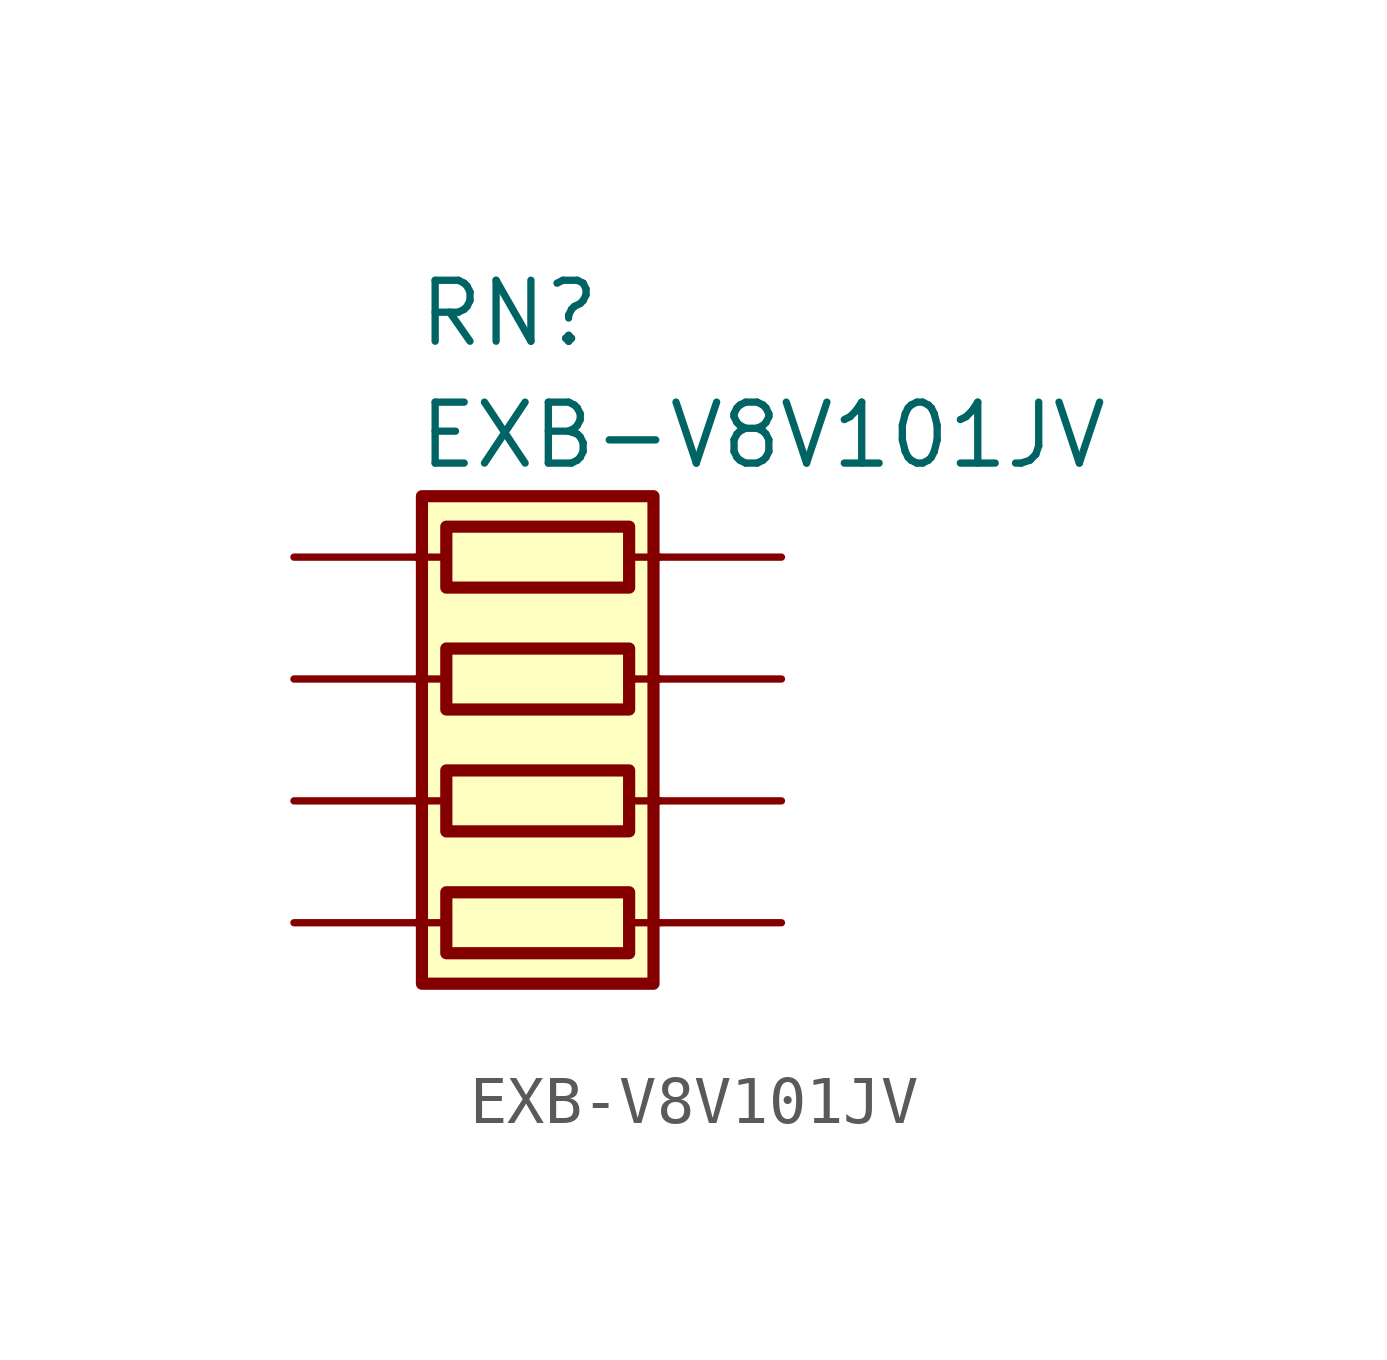
<source format=kicad_sym>
(kicad_symbol_lib
  (version 20220914)
  (generator kicad_symbol_editor)
  (symbol "EXB-V8V101JV"
    (pin_numbers hide)
    (pin_names
      (offset 0.762) hide)
    (property "Reference" "RN"
      (at -2.54 8.89 0)
      (effects (font (size 1.27 1.27)) (justify left)))
    (property "Value" "EXB-V8V101JV"
      (at -2.54 6.35 0)
      (effects (font (size 1.27 1.27)) (justify left)))
    (symbol "EXB-V8V101JV_0_1"
      (rectangle (start -2.413 5.08) (end 2.413 -5.08) (stroke (width 0.254) (type default)) (fill (type background)))
      (polyline (pts (xy -2.54 -3.81) (xy -1.905 -3.81)) (stroke (width 0) (type default)) (fill (type none)))
      (polyline (pts (xy -2.54 -1.27) (xy -1.905 -1.27)) (stroke (width 0) (type default)) (fill (type none)))
      (polyline (pts (xy -2.54 1.27) (xy -1.905 1.27)) (stroke (width 0) (type default)) (fill (type none)))
      (polyline (pts (xy -2.54 3.81) (xy -1.905 3.81)) (stroke (width 0) (type default)) (fill (type none)))
      (polyline (pts (xy 1.905 -3.81) (xy 2.54 -3.81)) (stroke (width 0) (type default)) (fill (type none)))
      (polyline (pts (xy 1.905 -1.27) (xy 2.54 -1.27)) (stroke (width 0) (type default)) (fill (type none)))
      (polyline (pts (xy 1.905 1.27) (xy 2.54 1.27)) (stroke (width 0) (type default)) (fill (type none)))
      (polyline (pts (xy 1.905 3.81) (xy 2.54 3.81)) (stroke (width 0) (type default)) (fill (type none)))
      (rectangle (start 1.905 -3.175) (end -1.905 -4.445) (stroke (width 0.254) (type default)) (fill (type none)))
      (rectangle (start 1.905 -0.635) (end -1.905 -1.905) (stroke (width 0.254) (type default)) (fill (type none)))
      (rectangle (start 1.905 1.905) (end -1.905 0.635) (stroke (width 0.254) (type default)) (fill (type none)))
      (rectangle (start 1.905 4.445) (end -1.905 3.175) (stroke (width 0.254) (type default)) (fill (type none))))
    (symbol "EXB-V8V101JV_1_1"
      (pin passive line (at -5.08 3.81 0) (length 2.54) (name "R1.1" (effects (font (size 1.27 1.27)))) (number "1" (effects (font (size 1.27 1.27)))))
      (pin passive line (at -5.08 1.27 0) (length 2.54) (name "R2.1" (effects (font (size 1.27 1.27)))) (number "2" (effects (font (size 1.27 1.27)))))
      (pin passive line (at -5.08 -1.27 0) (length 2.54) (name "R3.1" (effects (font (size 1.27 1.27)))) (number "3" (effects (font (size 1.27 1.27)))))
      (pin passive line (at -5.08 -3.81 0) (length 2.54) (name "R4.1" (effects (font (size 1.27 1.27)))) (number "4" (effects (font (size 1.27 1.27)))))
      (pin passive line (at 5.08 -3.81 180) (length 2.54) (name "R4.2" (effects (font (size 1.27 1.27)))) (number "5" (effects (font (size 1.27 1.27)))))
      (pin passive line (at 5.08 -1.27 180) (length 2.54) (name "R3.2" (effects (font (size 1.27 1.27)))) (number "6" (effects (font (size 1.27 1.27)))))
      (pin passive line (at 5.08 1.27 180) (length 2.54) (name "R2.2" (effects (font (size 1.27 1.27)))) (number "7" (effects (font (size 1.27 1.27)))))
      (pin passive line (at 5.08 3.81 180) (length 2.54) (name "R1.2" (effects (font (size 1.27 1.27)))) (number "8" (effects (font (size 1.27 1.27))))))))
</source>
